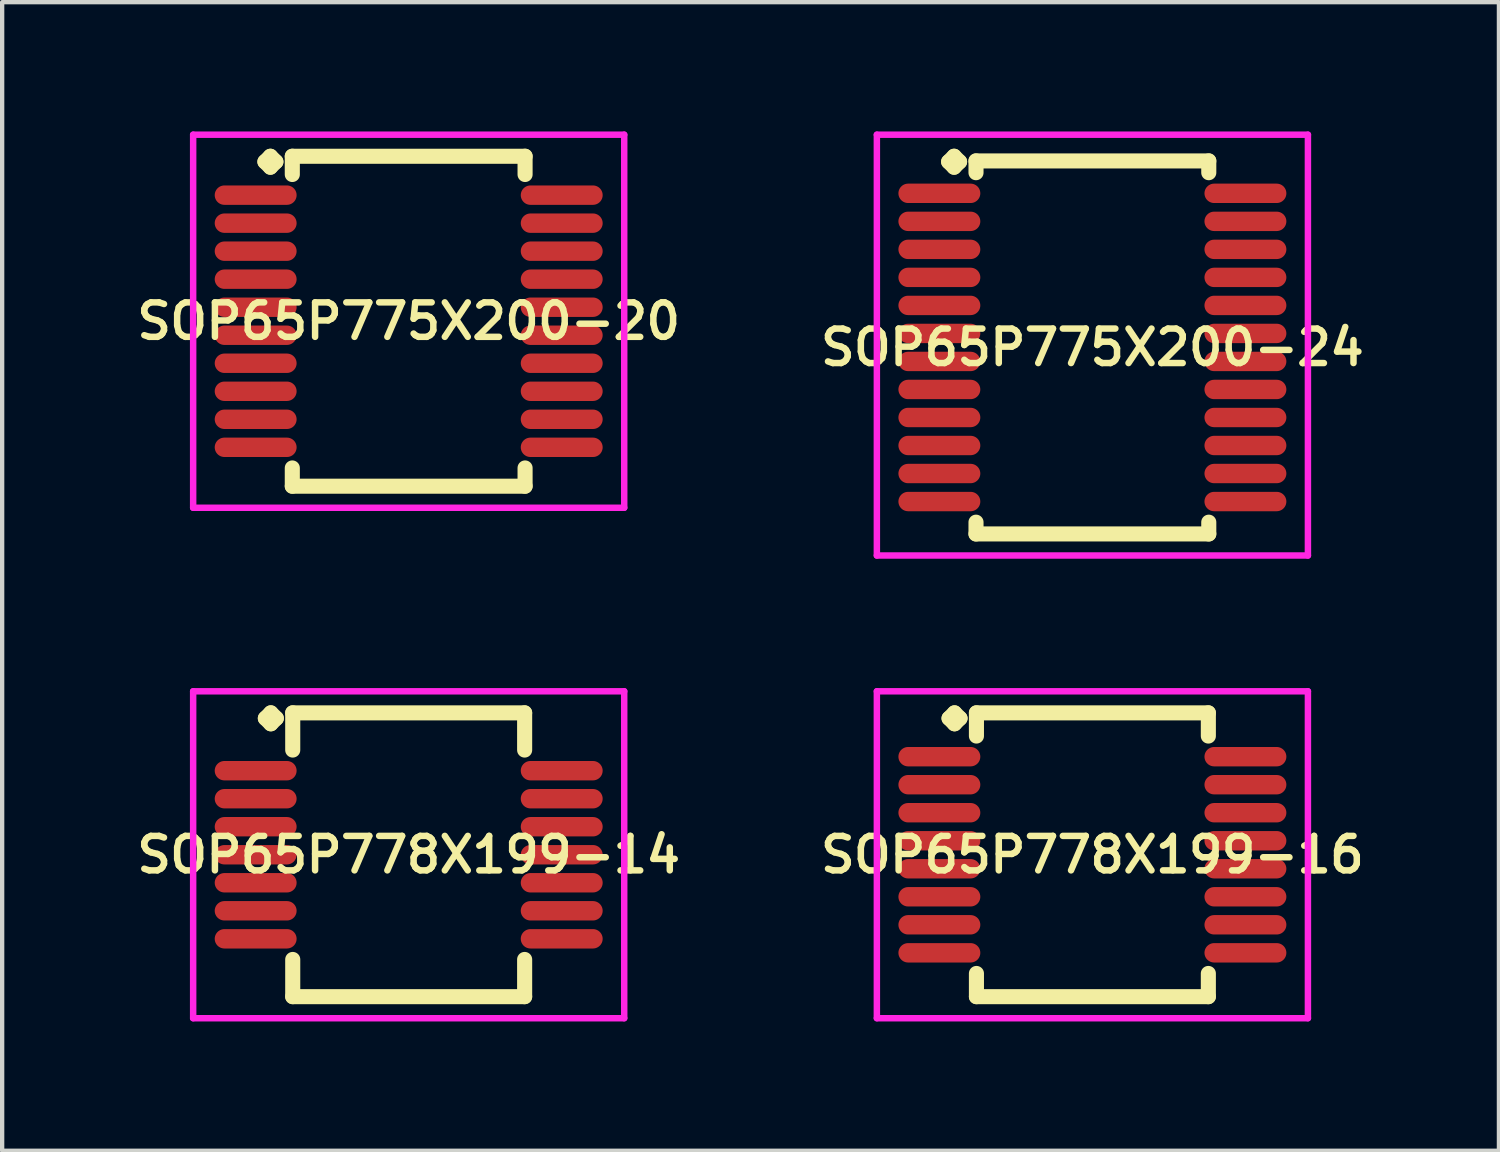
<source format=kicad_pcb>
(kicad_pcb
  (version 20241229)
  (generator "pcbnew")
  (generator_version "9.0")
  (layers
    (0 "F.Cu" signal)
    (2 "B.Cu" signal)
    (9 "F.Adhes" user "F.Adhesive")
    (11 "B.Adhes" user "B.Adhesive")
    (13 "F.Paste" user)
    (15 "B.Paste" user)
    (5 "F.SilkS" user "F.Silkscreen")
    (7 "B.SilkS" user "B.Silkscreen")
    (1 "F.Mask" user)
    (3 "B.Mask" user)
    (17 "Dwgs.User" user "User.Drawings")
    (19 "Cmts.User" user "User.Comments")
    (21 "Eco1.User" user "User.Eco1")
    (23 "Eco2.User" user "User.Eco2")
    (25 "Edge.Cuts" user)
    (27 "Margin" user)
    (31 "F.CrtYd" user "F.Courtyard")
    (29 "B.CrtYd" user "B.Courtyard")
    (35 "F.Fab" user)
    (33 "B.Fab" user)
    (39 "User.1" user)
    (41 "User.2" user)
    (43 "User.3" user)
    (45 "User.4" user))
  (footprint "SOP65P775X200-20"
    (layer "F.Cu")
    (at 6.431 4.402)
    (property "Reference" "SOP65P775X200-20" (at 0 0 0) (layer "F.SilkS") (effects (font (size 0.8 0.8) (thickness 0.15))))
    (attr smd)
    (fp_line (start -3.335 -3.7) (end -3.208 -3.827) (stroke (width 0.35) (type solid)) (layer "F.SilkS"))
    (fp_line (start -3.208 -3.827) (end -3.081 -3.7) (stroke (width 0.35) (type solid)) (layer "F.SilkS"))
    (fp_line (start -3.208 -3.573) (end -3.335 -3.7) (stroke (width 0.35) (type solid)) (layer "F.SilkS"))
    (fp_line (start -3.081 -3.7) (end -3.208 -3.573) (stroke (width 0.35) (type solid)) (layer "F.SilkS"))
    (fp_line (start -2.7 -3.827) (end 2.7 -3.827) (stroke (width 0.35) (type solid)) (layer "F.SilkS"))
    (fp_line (start -2.7 -3.404) (end -2.7 -3.827) (stroke (width 0.35) (type solid)) (layer "F.SilkS"))
    (fp_line (start -2.7 3.404) (end -2.7 3.827) (stroke (width 0.35) (type solid)) (layer "F.SilkS"))
    (fp_line (start -2.7 3.827) (end 2.7 3.827) (stroke (width 0.35) (type solid)) (layer "F.SilkS"))
    (fp_line (start 2.7 -3.827) (end 2.7 -3.404) (stroke (width 0.35) (type solid)) (layer "F.SilkS"))
    (fp_line (start 2.7 3.827) (end 2.7 3.404) (stroke (width 0.35) (type solid)) (layer "F.SilkS"))
    (fp_line (start -5 -4.327) (end 5 -4.327) (stroke (width 0.15) (type solid)) (layer "F.CrtYd"))
    (fp_line (start -5 4.327) (end -5 -4.327) (stroke (width 0.15) (type solid)) (layer "F.CrtYd"))
    (fp_line (start 5 -4.327) (end 5 4.327) (stroke (width 0.15) (type solid)) (layer "F.CrtYd"))
    (fp_line (start 5 4.327) (end -5 4.327) (stroke (width 0.15) (type solid)) (layer "F.CrtYd"))
    (pad "1" smd oval (at -3.55 -2.925) (size 1.9 0.45) (layers "F.Cu" "F.Mask" "F.Paste"))
    (pad "2" smd oval (at -3.55 -2.275) (size 1.9 0.45) (layers "F.Cu" "F.Mask" "F.Paste"))
    (pad "3" smd oval (at -3.55 -1.625) (size 1.9 0.45) (layers "F.Cu" "F.Mask" "F.Paste"))
    (pad "4" smd oval (at -3.55 -0.975) (size 1.9 0.45) (layers "F.Cu" "F.Mask" "F.Paste"))
    (pad "5" smd oval (at -3.55 -0.325) (size 1.9 0.45) (layers "F.Cu" "F.Mask" "F.Paste"))
    (pad "6" smd oval (at -3.55 0.325) (size 1.9 0.45) (layers "F.Cu" "F.Mask" "F.Paste"))
    (pad "7" smd oval (at -3.55 0.975) (size 1.9 0.45) (layers "F.Cu" "F.Mask" "F.Paste"))
    (pad "8" smd oval (at -3.55 1.625) (size 1.9 0.45) (layers "F.Cu" "F.Mask" "F.Paste"))
    (pad "9" smd oval (at -3.55 2.275) (size 1.9 0.45) (layers "F.Cu" "F.Mask" "F.Paste"))
    (pad "10" smd oval (at -3.55 2.925) (size 1.9 0.45) (layers "F.Cu" "F.Mask" "F.Paste"))
    (pad "11" smd oval (at 3.55 2.925) (size 1.9 0.45) (layers "F.Cu" "F.Mask" "F.Paste"))
    (pad "12" smd oval (at 3.55 2.275) (size 1.9 0.45) (layers "F.Cu" "F.Mask" "F.Paste"))
    (pad "13" smd oval (at 3.55 1.625) (size 1.9 0.45) (layers "F.Cu" "F.Mask" "F.Paste"))
    (pad "14" smd oval (at 3.55 0.975) (size 1.9 0.45) (layers "F.Cu" "F.Mask" "F.Paste"))
    (pad "15" smd oval (at 3.55 0.325) (size 1.9 0.45) (layers "F.Cu" "F.Mask" "F.Paste"))
    (pad "16" smd oval (at 3.55 -0.325) (size 1.9 0.45) (layers "F.Cu" "F.Mask" "F.Paste"))
    (pad "17" smd oval (at 3.55 -0.975) (size 1.9 0.45) (layers "F.Cu" "F.Mask" "F.Paste"))
    (pad "18" smd oval (at 3.55 -1.625) (size 1.9 0.45) (layers "F.Cu" "F.Mask" "F.Paste"))
    (pad "19" smd oval (at 3.55 -2.275) (size 1.9 0.45) (layers "F.Cu" "F.Mask" "F.Paste"))
    (pad "20" smd oval (at 3.55 -2.925) (size 1.9 0.45) (layers "F.Cu" "F.Mask" "F.Paste")))
  (footprint "SOP65P778X199-14"
    (layer "F.Cu")
    (at 6.431 16.779)
    (property "Reference" "SOP65P778X199-14" (at 0 0 0) (layer "F.SilkS") (effects (font (size 0.8 0.8) (thickness 0.15))))
    (attr smd)
    (fp_line (start -3.325 -3.165) (end -3.198 -3.292) (stroke (width 0.35) (type solid)) (layer "F.SilkS"))
    (fp_line (start -3.198 -3.292) (end -3.071 -3.165) (stroke (width 0.35) (type solid)) (layer "F.SilkS"))
    (fp_line (start -3.198 -3.038) (end -3.325 -3.165) (stroke (width 0.35) (type solid)) (layer "F.SilkS"))
    (fp_line (start -3.071 -3.165) (end -3.198 -3.038) (stroke (width 0.35) (type solid)) (layer "F.SilkS"))
    (fp_line (start -2.69 -3.292) (end 2.69 -3.292) (stroke (width 0.35) (type solid)) (layer "F.SilkS"))
    (fp_line (start -2.69 -2.429) (end -2.69 -3.292) (stroke (width 0.35) (type solid)) (layer "F.SilkS"))
    (fp_line (start -2.69 2.429) (end -2.69 3.292) (stroke (width 0.35) (type solid)) (layer "F.SilkS"))
    (fp_line (start -2.69 3.292) (end 2.69 3.292) (stroke (width 0.35) (type solid)) (layer "F.SilkS"))
    (fp_line (start 2.69 -3.292) (end 2.69 -2.429) (stroke (width 0.35) (type solid)) (layer "F.SilkS"))
    (fp_line (start 2.69 3.292) (end 2.69 2.429) (stroke (width 0.35) (type solid)) (layer "F.SilkS"))
    (fp_line (start -5 -3.792) (end 5 -3.792) (stroke (width 0.15) (type solid)) (layer "F.CrtYd"))
    (fp_line (start -5 3.792) (end -5 -3.792) (stroke (width 0.15) (type solid)) (layer "F.CrtYd"))
    (fp_line (start 5 -3.792) (end 5 3.792) (stroke (width 0.15) (type solid)) (layer "F.CrtYd"))
    (fp_line (start 5 3.792) (end -5 3.792) (stroke (width 0.15) (type solid)) (layer "F.CrtYd"))
    (pad "1" smd oval (at -3.55 -1.95) (size 1.9 0.45) (layers "F.Cu" "F.Mask" "F.Paste"))
    (pad "2" smd oval (at -3.55 -1.3) (size 1.9 0.45) (layers "F.Cu" "F.Mask" "F.Paste"))
    (pad "3" smd oval (at -3.55 -0.65) (size 1.9 0.45) (layers "F.Cu" "F.Mask" "F.Paste"))
    (pad "4" smd oval (at -3.55 0) (size 1.9 0.45) (layers "F.Cu" "F.Mask" "F.Paste"))
    (pad "5" smd oval (at -3.55 0.65) (size 1.9 0.45) (layers "F.Cu" "F.Mask" "F.Paste"))
    (pad "6" smd oval (at -3.55 1.3) (size 1.9 0.45) (layers "F.Cu" "F.Mask" "F.Paste"))
    (pad "7" smd oval (at -3.55 1.95) (size 1.9 0.45) (layers "F.Cu" "F.Mask" "F.Paste"))
    (pad "8" smd oval (at 3.55 1.95) (size 1.9 0.45) (layers "F.Cu" "F.Mask" "F.Paste"))
    (pad "9" smd oval (at 3.55 1.3) (size 1.9 0.45) (layers "F.Cu" "F.Mask" "F.Paste"))
    (pad "10" smd oval (at 3.55 0.65) (size 1.9 0.45) (layers "F.Cu" "F.Mask" "F.Paste"))
    (pad "11" smd oval (at 3.55 0) (size 1.9 0.45) (layers "F.Cu" "F.Mask" "F.Paste"))
    (pad "12" smd oval (at 3.55 -0.65) (size 1.9 0.45) (layers "F.Cu" "F.Mask" "F.Paste"))
    (pad "13" smd oval (at 3.55 -1.3) (size 1.9 0.45) (layers "F.Cu" "F.Mask" "F.Paste"))
    (pad "14" smd oval (at 3.55 -1.95) (size 1.9 0.45) (layers "F.Cu" "F.Mask" "F.Paste")))
  (footprint "SOP65P775X200-24"
    (layer "F.Cu")
    (at 22.292 5.01)
    (property "Reference" "SOP65P775X200-24" (at 0 0 0) (layer "F.SilkS") (effects (font (size 0.8 0.8) (thickness 0.15))))
    (attr smd)
    (fp_line (start -3.335 -4.308) (end -3.208 -4.435) (stroke (width 0.35) (type solid)) (layer "F.SilkS"))
    (fp_line (start -3.208 -4.435) (end -3.081 -4.308) (stroke (width 0.35) (type solid)) (layer "F.SilkS"))
    (fp_line (start -3.208 -4.181) (end -3.335 -4.308) (stroke (width 0.35) (type solid)) (layer "F.SilkS"))
    (fp_line (start -3.081 -4.308) (end -3.208 -4.181) (stroke (width 0.35) (type solid)) (layer "F.SilkS"))
    (fp_line (start -2.7 -4.327) (end 2.7 -4.327) (stroke (width 0.35) (type solid)) (layer "F.SilkS"))
    (fp_line (start -2.7 -4.054) (end -2.7 -4.327) (stroke (width 0.35) (type solid)) (layer "F.SilkS"))
    (fp_line (start -2.7 4.054) (end -2.7 4.327) (stroke (width 0.35) (type solid)) (layer "F.SilkS"))
    (fp_line (start -2.7 4.327) (end 2.7 4.327) (stroke (width 0.35) (type solid)) (layer "F.SilkS"))
    (fp_line (start 2.7 -4.327) (end 2.7 -4.054) (stroke (width 0.35) (type solid)) (layer "F.SilkS"))
    (fp_line (start 2.7 4.327) (end 2.7 4.054) (stroke (width 0.35) (type solid)) (layer "F.SilkS"))
    (fp_line (start -5 -4.935) (end 5 -4.935) (stroke (width 0.15) (type solid)) (layer "F.CrtYd"))
    (fp_line (start -5 4.827) (end -5 -4.935) (stroke (width 0.15) (type solid)) (layer "F.CrtYd"))
    (fp_line (start 5 -4.935) (end 5 4.827) (stroke (width 0.15) (type solid)) (layer "F.CrtYd"))
    (fp_line (start 5 4.827) (end -5 4.827) (stroke (width 0.15) (type solid)) (layer "F.CrtYd"))
    (pad "1" smd oval (at -3.55 -3.575) (size 1.9 0.45) (layers "F.Cu" "F.Mask" "F.Paste"))
    (pad "2" smd oval (at -3.55 -2.925) (size 1.9 0.45) (layers "F.Cu" "F.Mask" "F.Paste"))
    (pad "3" smd oval (at -3.55 -2.275) (size 1.9 0.45) (layers "F.Cu" "F.Mask" "F.Paste"))
    (pad "4" smd oval (at -3.55 -1.625) (size 1.9 0.45) (layers "F.Cu" "F.Mask" "F.Paste"))
    (pad "5" smd oval (at -3.55 -0.975) (size 1.9 0.45) (layers "F.Cu" "F.Mask" "F.Paste"))
    (pad "6" smd oval (at -3.55 -0.325) (size 1.9 0.45) (layers "F.Cu" "F.Mask" "F.Paste"))
    (pad "7" smd oval (at -3.55 0.325) (size 1.9 0.45) (layers "F.Cu" "F.Mask" "F.Paste"))
    (pad "8" smd oval (at -3.55 0.975) (size 1.9 0.45) (layers "F.Cu" "F.Mask" "F.Paste"))
    (pad "9" smd oval (at -3.55 1.625) (size 1.9 0.45) (layers "F.Cu" "F.Mask" "F.Paste"))
    (pad "10" smd oval (at -3.55 2.275) (size 1.9 0.45) (layers "F.Cu" "F.Mask" "F.Paste"))
    (pad "11" smd oval (at -3.55 2.925) (size 1.9 0.45) (layers "F.Cu" "F.Mask" "F.Paste"))
    (pad "12" smd oval (at -3.55 3.575) (size 1.9 0.45) (layers "F.Cu" "F.Mask" "F.Paste"))
    (pad "13" smd oval (at 3.55 3.575) (size 1.9 0.45) (layers "F.Cu" "F.Mask" "F.Paste"))
    (pad "14" smd oval (at 3.55 2.925) (size 1.9 0.45) (layers "F.Cu" "F.Mask" "F.Paste"))
    (pad "15" smd oval (at 3.55 2.275) (size 1.9 0.45) (layers "F.Cu" "F.Mask" "F.Paste"))
    (pad "16" smd oval (at 3.55 1.625) (size 1.9 0.45) (layers "F.Cu" "F.Mask" "F.Paste"))
    (pad "17" smd oval (at 3.55 0.975) (size 1.9 0.45) (layers "F.Cu" "F.Mask" "F.Paste"))
    (pad "18" smd oval (at 3.55 0.325) (size 1.9 0.45) (layers "F.Cu" "F.Mask" "F.Paste"))
    (pad "19" smd oval (at 3.55 -0.325) (size 1.9 0.45) (layers "F.Cu" "F.Mask" "F.Paste"))
    (pad "20" smd oval (at 3.55 -0.975) (size 1.9 0.45) (layers "F.Cu" "F.Mask" "F.Paste"))
    (pad "21" smd oval (at 3.55 -1.625) (size 1.9 0.45) (layers "F.Cu" "F.Mask" "F.Paste"))
    (pad "22" smd oval (at 3.55 -2.275) (size 1.9 0.45) (layers "F.Cu" "F.Mask" "F.Paste"))
    (pad "23" smd oval (at 3.55 -2.925) (size 1.9 0.45) (layers "F.Cu" "F.Mask" "F.Paste"))
    (pad "24" smd oval (at 3.55 -3.575) (size 1.9 0.45) (layers "F.Cu" "F.Mask" "F.Paste")))
  (footprint "SOP65P778X199-16"
    (layer "F.Cu")
    (at 22.292 16.779)
    (property "Reference" "SOP65P778X199-16" (at 0 0 0) (layer "F.SilkS") (effects (font (size 0.8 0.8) (thickness 0.15))))
    (attr smd)
    (fp_line (start -3.325 -3.165) (end -3.198 -3.292) (stroke (width 0.35) (type solid)) (layer "F.SilkS"))
    (fp_line (start -3.198 -3.292) (end -3.071 -3.165) (stroke (width 0.35) (type solid)) (layer "F.SilkS"))
    (fp_line (start -3.198 -3.038) (end -3.325 -3.165) (stroke (width 0.35) (type solid)) (layer "F.SilkS"))
    (fp_line (start -3.071 -3.165) (end -3.198 -3.038) (stroke (width 0.35) (type solid)) (layer "F.SilkS"))
    (fp_line (start -2.69 -3.292) (end 2.69 -3.292) (stroke (width 0.35) (type solid)) (layer "F.SilkS"))
    (fp_line (start -2.69 -2.754) (end -2.69 -3.292) (stroke (width 0.35) (type solid)) (layer "F.SilkS"))
    (fp_line (start -2.69 2.754) (end -2.69 3.292) (stroke (width 0.35) (type solid)) (layer "F.SilkS"))
    (fp_line (start -2.69 3.292) (end 2.69 3.292) (stroke (width 0.35) (type solid)) (layer "F.SilkS"))
    (fp_line (start 2.69 -3.292) (end 2.69 -2.754) (stroke (width 0.35) (type solid)) (layer "F.SilkS"))
    (fp_line (start 2.69 3.292) (end 2.69 2.754) (stroke (width 0.35) (type solid)) (layer "F.SilkS"))
    (fp_line (start -5 -3.792) (end 5 -3.792) (stroke (width 0.15) (type solid)) (layer "F.CrtYd"))
    (fp_line (start -5 3.792) (end -5 -3.792) (stroke (width 0.15) (type solid)) (layer "F.CrtYd"))
    (fp_line (start 5 -3.792) (end 5 3.792) (stroke (width 0.15) (type solid)) (layer "F.CrtYd"))
    (fp_line (start 5 3.792) (end -5 3.792) (stroke (width 0.15) (type solid)) (layer "F.CrtYd"))
    (pad "1" smd oval (at -3.55 -2.275) (size 1.9 0.45) (layers "F.Cu" "F.Mask" "F.Paste"))
    (pad "2" smd oval (at -3.55 -1.625) (size 1.9 0.45) (layers "F.Cu" "F.Mask" "F.Paste"))
    (pad "3" smd oval (at -3.55 -0.975) (size 1.9 0.45) (layers "F.Cu" "F.Mask" "F.Paste"))
    (pad "4" smd oval (at -3.55 -0.325) (size 1.9 0.45) (layers "F.Cu" "F.Mask" "F.Paste"))
    (pad "5" smd oval (at -3.55 0.325) (size 1.9 0.45) (layers "F.Cu" "F.Mask" "F.Paste"))
    (pad "6" smd oval (at -3.55 0.975) (size 1.9 0.45) (layers "F.Cu" "F.Mask" "F.Paste"))
    (pad "7" smd oval (at -3.55 1.625) (size 1.9 0.45) (layers "F.Cu" "F.Mask" "F.Paste"))
    (pad "8" smd oval (at -3.55 2.275) (size 1.9 0.45) (layers "F.Cu" "F.Mask" "F.Paste"))
    (pad "9" smd oval (at 3.55 2.275) (size 1.9 0.45) (layers "F.Cu" "F.Mask" "F.Paste"))
    (pad "10" smd oval (at 3.55 1.625) (size 1.9 0.45) (layers "F.Cu" "F.Mask" "F.Paste"))
    (pad "11" smd oval (at 3.55 0.975) (size 1.9 0.45) (layers "F.Cu" "F.Mask" "F.Paste"))
    (pad "12" smd oval (at 3.55 0.325) (size 1.9 0.45) (layers "F.Cu" "F.Mask" "F.Paste"))
    (pad "13" smd oval (at 3.55 -0.325) (size 1.9 0.45) (layers "F.Cu" "F.Mask" "F.Paste"))
    (pad "14" smd oval (at 3.55 -0.975) (size 1.9 0.45) (layers "F.Cu" "F.Mask" "F.Paste"))
    (pad "15" smd oval (at 3.55 -1.625) (size 1.9 0.45) (layers "F.Cu" "F.Mask" "F.Paste"))
    (pad "16" smd oval (at 3.55 -2.275) (size 1.9 0.45) (layers "F.Cu" "F.Mask" "F.Paste")))
  (gr_rect
    (start -3 -3)
    (end 31.723 23.646)
    (stroke (width 0.1) (type default))
    (fill no)
    (layer "Edge.Cuts")))
</source>
